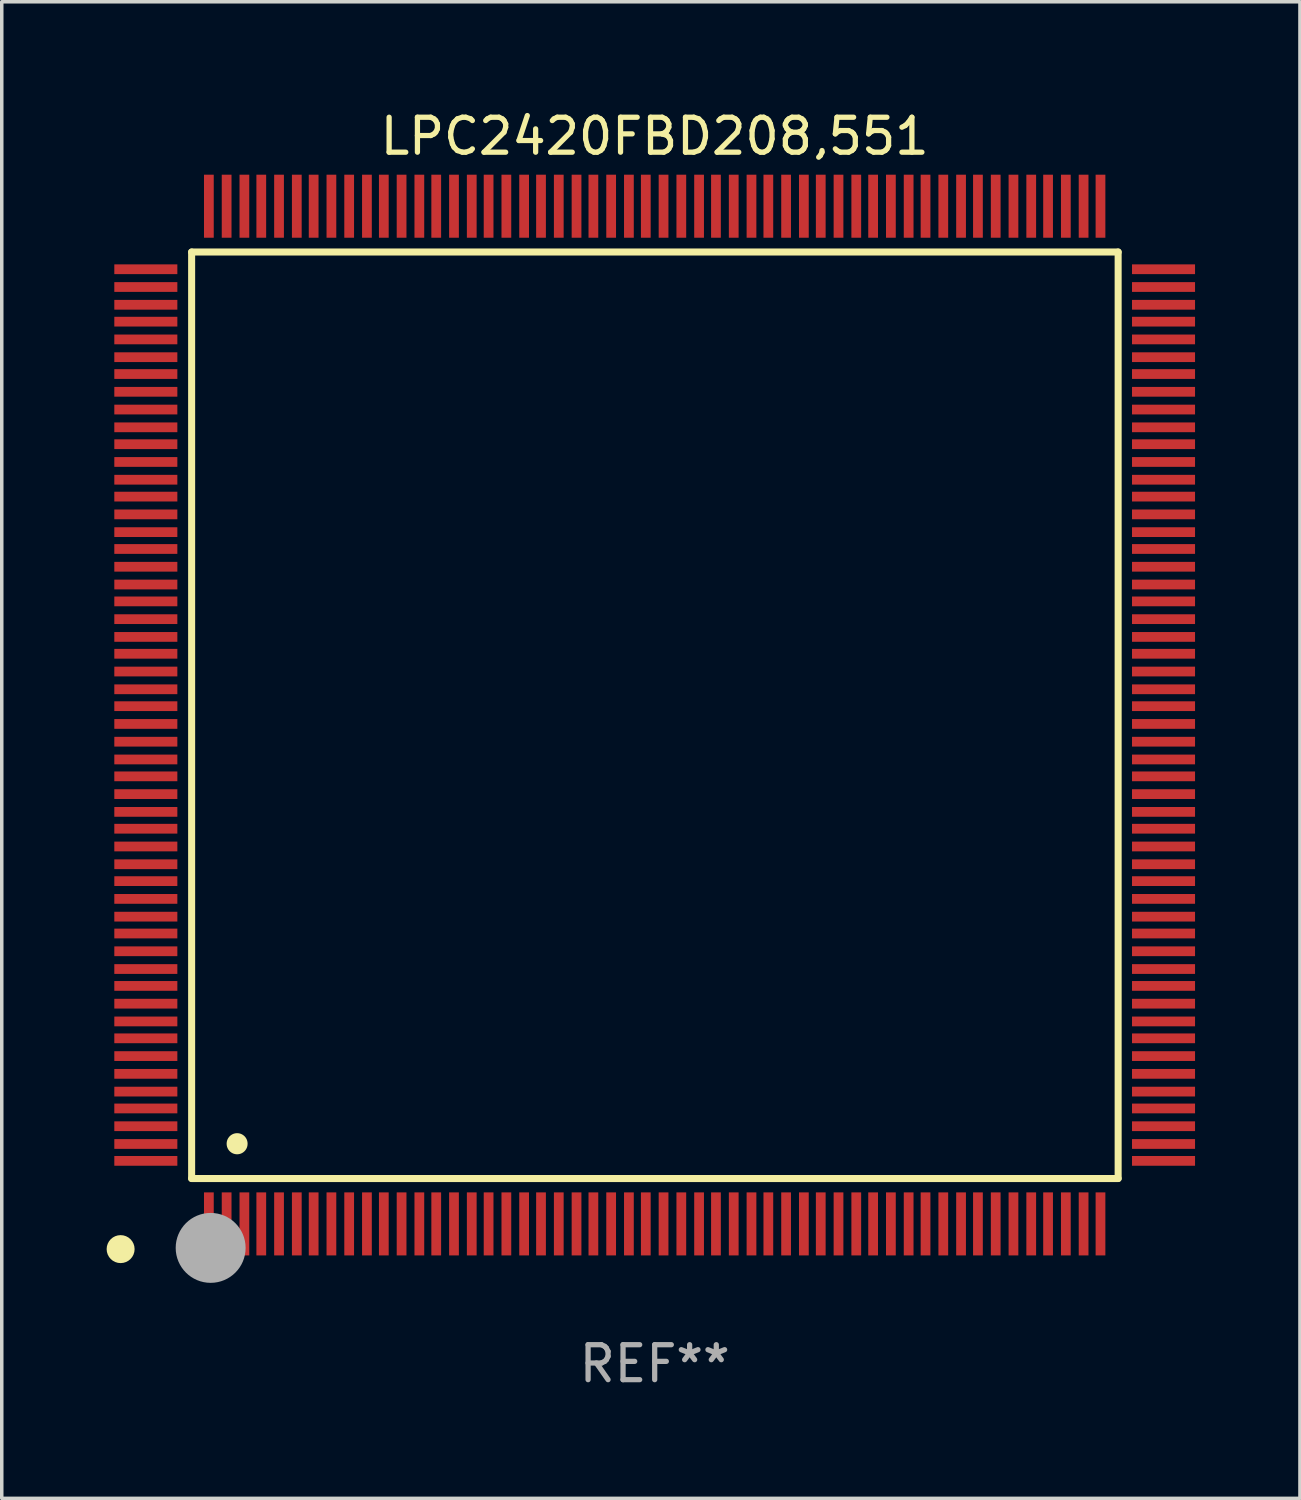
<source format=kicad_pcb>
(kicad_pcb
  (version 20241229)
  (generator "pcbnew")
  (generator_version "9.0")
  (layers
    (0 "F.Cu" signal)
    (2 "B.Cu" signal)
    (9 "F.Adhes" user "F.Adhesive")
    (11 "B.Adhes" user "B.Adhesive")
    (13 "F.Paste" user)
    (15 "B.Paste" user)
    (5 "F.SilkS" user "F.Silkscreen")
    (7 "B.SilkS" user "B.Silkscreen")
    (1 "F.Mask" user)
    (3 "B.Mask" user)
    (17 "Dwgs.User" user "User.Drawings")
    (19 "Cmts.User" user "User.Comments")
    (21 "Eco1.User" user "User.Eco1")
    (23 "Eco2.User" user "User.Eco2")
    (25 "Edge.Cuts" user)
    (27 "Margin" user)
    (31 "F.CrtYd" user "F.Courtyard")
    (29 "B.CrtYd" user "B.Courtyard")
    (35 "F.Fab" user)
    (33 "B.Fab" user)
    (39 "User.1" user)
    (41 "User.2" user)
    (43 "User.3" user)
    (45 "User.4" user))
  (footprint "LPC2420FBD208,551"
    (layer "F.Cu")
    (at 15.675 17.402)
    (property "Reference" "LPC2420FBD208,551" (at 0 -16.554 0) (layer "F.SilkS") (effects (font (size 1 1) (thickness 0.15))))
    (attr through_hole)
    (fp_line (start -13.244 -13.244) (end -13.244 13.256) (stroke (width 0.201) (type solid)) (layer "F.SilkS"))
    (fp_line (start -13.244 13.256) (end 13.256 13.256) (stroke (width 0.201) (type solid)) (layer "F.SilkS"))
    (fp_line (start 13.256 -13.244) (end -13.244 -13.244) (stroke (width 0.201) (type solid)) (layer "F.SilkS"))
    (fp_line (start 13.256 13.256) (end 13.256 -13.244) (stroke (width 0.201) (type solid)) (layer "F.SilkS"))
    (fp_arc (start -13.268987 14.90983) (mid -13.268992 14.90856) (end -13.268987 14.90729) (stroke (width 0.299721) (type solid)) (layer "F.SilkS"))
    (fp_arc (start -11.943104 12.263145) (mid -11.943115 12.260605) (end -11.943104 12.258065) (stroke (width 0.599441) (type solid)) (layer "F.SilkS"))
    (fp_circle (center -15.275 15.275) (end -15.075 15.275) (stroke (width 0.4) (type solid)) (fill no) (layer "F.SilkS"))
    (fp_circle (center -12.7 15.24) (end -12.2 15.24) (stroke (width 1) (type solid)) (fill no) (layer "F.Fab"))
    (fp_text user "REF**" (at 0 18.554 0) (layer "F.Fab") (effects (font (size 1 1) (thickness 0.15))))
    (pad "1" smd rect (at -12.751 14.554 180) (size 0.279 1.803) (layers "F.Cu" "F.Mask" "F.Paste"))
    (pad "2" smd rect (at -12.243 14.554 180) (size 0.279 1.803) (layers "F.Cu" "F.Mask" "F.Paste"))
    (pad "3" smd rect (at -11.735 14.554 180) (size 0.279 1.803) (layers "F.Cu" "F.Mask" "F.Paste"))
    (pad "4" smd rect (at -11.252 14.554 180) (size 0.279 1.803) (layers "F.Cu" "F.Mask" "F.Paste"))
    (pad "5" smd rect (at -10.744 14.554 180) (size 0.279 1.803) (layers "F.Cu" "F.Mask" "F.Paste"))
    (pad "6" smd rect (at -10.236 14.554 180) (size 0.279 1.803) (layers "F.Cu" "F.Mask" "F.Paste"))
    (pad "7" smd rect (at -9.754 14.554 180) (size 0.279 1.803) (layers "F.Cu" "F.Mask" "F.Paste"))
    (pad "8" smd rect (at -9.246 14.554 180) (size 0.279 1.803) (layers "F.Cu" "F.Mask" "F.Paste"))
    (pad "9" smd rect (at -8.738 14.554 180) (size 0.279 1.803) (layers "F.Cu" "F.Mask" "F.Paste"))
    (pad "10" smd rect (at -8.23 14.554 180) (size 0.279 1.803) (layers "F.Cu" "F.Mask" "F.Paste"))
    (pad "11" smd rect (at -7.747 14.554 180) (size 0.279 1.803) (layers "F.Cu" "F.Mask" "F.Paste"))
    (pad "12" smd rect (at -7.239 14.554 180) (size 0.279 1.803) (layers "F.Cu" "F.Mask" "F.Paste"))
    (pad "13" smd rect (at -6.731 14.554 180) (size 0.279 1.803) (layers "F.Cu" "F.Mask" "F.Paste"))
    (pad "14" smd rect (at -6.248 14.554 180) (size 0.279 1.803) (layers "F.Cu" "F.Mask" "F.Paste"))
    (pad "15" smd rect (at -5.74 14.554 180) (size 0.279 1.803) (layers "F.Cu" "F.Mask" "F.Paste"))
    (pad "16" smd rect (at -5.232 14.554 180) (size 0.279 1.803) (layers "F.Cu" "F.Mask" "F.Paste"))
    (pad "17" smd rect (at -4.75 14.554 180) (size 0.279 1.803) (layers "F.Cu" "F.Mask" "F.Paste"))
    (pad "18" smd rect (at -4.242 14.554 180) (size 0.279 1.803) (layers "F.Cu" "F.Mask" "F.Paste"))
    (pad "19" smd rect (at -3.734 14.554 180) (size 0.279 1.803) (layers "F.Cu" "F.Mask" "F.Paste"))
    (pad "20" smd rect (at -3.251 14.554 180) (size 0.279 1.803) (layers "F.Cu" "F.Mask" "F.Paste"))
    (pad "21" smd rect (at -2.743 14.554 180) (size 0.279 1.803) (layers "F.Cu" "F.Mask" "F.Paste"))
    (pad "22" smd rect (at -2.235 14.554 180) (size 0.279 1.803) (layers "F.Cu" "F.Mask" "F.Paste"))
    (pad "23" smd rect (at -1.753 14.554 180) (size 0.279 1.803) (layers "F.Cu" "F.Mask" "F.Paste"))
    (pad "24" smd rect (at -1.245 14.554 180) (size 0.279 1.803) (layers "F.Cu" "F.Mask" "F.Paste"))
    (pad "25" smd rect (at -0.737 14.554 180) (size 0.279 1.803) (layers "F.Cu" "F.Mask" "F.Paste"))
    (pad "26" smd rect (at -0.254 14.554 180) (size 0.279 1.803) (layers "F.Cu" "F.Mask" "F.Paste"))
    (pad "27" smd rect (at 0.254 14.554 180) (size 0.279 1.803) (layers "F.Cu" "F.Mask" "F.Paste"))
    (pad "28" smd rect (at 0.762 14.554 180) (size 0.279 1.803) (layers "F.Cu" "F.Mask" "F.Paste"))
    (pad "29" smd rect (at 1.27 14.554 180) (size 0.279 1.803) (layers "F.Cu" "F.Mask" "F.Paste"))
    (pad "30" smd rect (at 1.753 14.554 180) (size 0.279 1.803) (layers "F.Cu" "F.Mask" "F.Paste"))
    (pad "31" smd rect (at 2.261 14.554 180) (size 0.279 1.803) (layers "F.Cu" "F.Mask" "F.Paste"))
    (pad "32" smd rect (at 2.769 14.554 180) (size 0.279 1.803) (layers "F.Cu" "F.Mask" "F.Paste"))
    (pad "33" smd rect (at 3.251 14.554 180) (size 0.279 1.803) (layers "F.Cu" "F.Mask" "F.Paste"))
    (pad "34" smd rect (at 3.759 14.554 180) (size 0.279 1.803) (layers "F.Cu" "F.Mask" "F.Paste"))
    (pad "35" smd rect (at 4.267 14.554 180) (size 0.279 1.803) (layers "F.Cu" "F.Mask" "F.Paste"))
    (pad "36" smd rect (at 4.75 14.554 180) (size 0.279 1.803) (layers "F.Cu" "F.Mask" "F.Paste"))
    (pad "37" smd rect (at 5.258 14.554 180) (size 0.279 1.803) (layers "F.Cu" "F.Mask" "F.Paste"))
    (pad "38" smd rect (at 5.766 14.554 180) (size 0.279 1.803) (layers "F.Cu" "F.Mask" "F.Paste"))
    (pad "39" smd rect (at 6.248 14.554 180) (size 0.279 1.803) (layers "F.Cu" "F.Mask" "F.Paste"))
    (pad "40" smd rect (at 6.756 14.554 180) (size 0.279 1.803) (layers "F.Cu" "F.Mask" "F.Paste"))
    (pad "41" smd rect (at 7.264 14.554 180) (size 0.279 1.803) (layers "F.Cu" "F.Mask" "F.Paste"))
    (pad "42" smd rect (at 7.747 14.554 180) (size 0.279 1.803) (layers "F.Cu" "F.Mask" "F.Paste"))
    (pad "43" smd rect (at 8.255 14.554 180) (size 0.279 1.803) (layers "F.Cu" "F.Mask" "F.Paste"))
    (pad "44" smd rect (at 8.763 14.554 180) (size 0.279 1.803) (layers "F.Cu" "F.Mask" "F.Paste"))
    (pad "45" smd rect (at 9.246 14.554 180) (size 0.279 1.803) (layers "F.Cu" "F.Mask" "F.Paste"))
    (pad "46" smd rect (at 9.754 14.554 180) (size 0.279 1.803) (layers "F.Cu" "F.Mask" "F.Paste"))
    (pad "47" smd rect (at 10.262 14.554 180) (size 0.279 1.803) (layers "F.Cu" "F.Mask" "F.Paste"))
    (pad "48" smd rect (at 10.77 14.554 180) (size 0.279 1.803) (layers "F.Cu" "F.Mask" "F.Paste"))
    (pad "49" smd rect (at 11.252 14.554 180) (size 0.279 1.803) (layers "F.Cu" "F.Mask" "F.Paste"))
    (pad "50" smd rect (at 11.76 14.554 180) (size 0.279 1.803) (layers "F.Cu" "F.Mask" "F.Paste"))
    (pad "51" smd rect (at 12.268 14.554 180) (size 0.279 1.803) (layers "F.Cu" "F.Mask" "F.Paste"))
    (pad "52" smd rect (at 12.751 14.554 180) (size 0.279 1.803) (layers "F.Cu" "F.Mask" "F.Paste"))
    (pad "53" smd rect (at 14.554 12.751 90) (size 0.279 1.803) (layers "F.Cu" "F.Mask" "F.Paste"))
    (pad "54" smd rect (at 14.554 12.268 90) (size 0.279 1.803) (layers "F.Cu" "F.Mask" "F.Paste"))
    (pad "55" smd rect (at 14.554 11.76 90) (size 0.279 1.803) (layers "F.Cu" "F.Mask" "F.Paste"))
    (pad "56" smd rect (at 14.554 11.252 90) (size 0.279 1.803) (layers "F.Cu" "F.Mask" "F.Paste"))
    (pad "57" smd rect (at 14.554 10.77 90) (size 0.279 1.803) (layers "F.Cu" "F.Mask" "F.Paste"))
    (pad "58" smd rect (at 14.554 10.262 90) (size 0.279 1.803) (layers "F.Cu" "F.Mask" "F.Paste"))
    (pad "59" smd rect (at 14.554 9.754 90) (size 0.279 1.803) (layers "F.Cu" "F.Mask" "F.Paste"))
    (pad "60" smd rect (at 14.554 9.246 90) (size 0.279 1.803) (layers "F.Cu" "F.Mask" "F.Paste"))
    (pad "61" smd rect (at 14.554 8.763 90) (size 0.279 1.803) (layers "F.Cu" "F.Mask" "F.Paste"))
    (pad "62" smd rect (at 14.554 8.255 90) (size 0.279 1.803) (layers "F.Cu" "F.Mask" "F.Paste"))
    (pad "63" smd rect (at 14.554 7.747 90) (size 0.279 1.803) (layers "F.Cu" "F.Mask" "F.Paste"))
    (pad "64" smd rect (at 14.554 7.264 90) (size 0.279 1.803) (layers "F.Cu" "F.Mask" "F.Paste"))
    (pad "65" smd rect (at 14.554 6.756 90) (size 0.279 1.803) (layers "F.Cu" "F.Mask" "F.Paste"))
    (pad "66" smd rect (at 14.554 6.248 90) (size 0.279 1.803) (layers "F.Cu" "F.Mask" "F.Paste"))
    (pad "67" smd rect (at 14.554 5.766 90) (size 0.279 1.803) (layers "F.Cu" "F.Mask" "F.Paste"))
    (pad "68" smd rect (at 14.554 5.258 90) (size 0.279 1.803) (layers "F.Cu" "F.Mask" "F.Paste"))
    (pad "69" smd rect (at 14.554 4.75 90) (size 0.279 1.803) (layers "F.Cu" "F.Mask" "F.Paste"))
    (pad "70" smd rect (at 14.554 4.267 90) (size 0.279 1.803) (layers "F.Cu" "F.Mask" "F.Paste"))
    (pad "71" smd rect (at 14.554 3.759 90) (size 0.279 1.803) (layers "F.Cu" "F.Mask" "F.Paste"))
    (pad "72" smd rect (at 14.554 3.251 90) (size 0.279 1.803) (layers "F.Cu" "F.Mask" "F.Paste"))
    (pad "73" smd rect (at 14.554 2.769 90) (size 0.279 1.803) (layers "F.Cu" "F.Mask" "F.Paste"))
    (pad "74" smd rect (at 14.554 2.261 90) (size 0.279 1.803) (layers "F.Cu" "F.Mask" "F.Paste"))
    (pad "75" smd rect (at 14.554 1.753 90) (size 0.279 1.803) (layers "F.Cu" "F.Mask" "F.Paste"))
    (pad "76" smd rect (at 14.554 1.27 90) (size 0.279 1.803) (layers "F.Cu" "F.Mask" "F.Paste"))
    (pad "77" smd rect (at 14.554 0.762 90) (size 0.279 1.803) (layers "F.Cu" "F.Mask" "F.Paste"))
    (pad "78" smd rect (at 14.554 0.254 90) (size 0.279 1.803) (layers "F.Cu" "F.Mask" "F.Paste"))
    (pad "79" smd rect (at 14.554 -0.254 90) (size 0.279 1.803) (layers "F.Cu" "F.Mask" "F.Paste"))
    (pad "80" smd rect (at 14.554 -0.737 90) (size 0.279 1.803) (layers "F.Cu" "F.Mask" "F.Paste"))
    (pad "81" smd rect (at 14.554 -1.245 90) (size 0.279 1.803) (layers "F.Cu" "F.Mask" "F.Paste"))
    (pad "82" smd rect (at 14.554 -1.753 90) (size 0.279 1.803) (layers "F.Cu" "F.Mask" "F.Paste"))
    (pad "83" smd rect (at 14.554 -2.235 90) (size 0.279 1.803) (layers "F.Cu" "F.Mask" "F.Paste"))
    (pad "84" smd rect (at 14.554 -2.743 90) (size 0.279 1.803) (layers "F.Cu" "F.Mask" "F.Paste"))
    (pad "85" smd rect (at 14.554 -3.251 90) (size 0.279 1.803) (layers "F.Cu" "F.Mask" "F.Paste"))
    (pad "86" smd rect (at 14.554 -3.734 90) (size 0.279 1.803) (layers "F.Cu" "F.Mask" "F.Paste"))
    (pad "87" smd rect (at 14.554 -4.242 90) (size 0.279 1.803) (layers "F.Cu" "F.Mask" "F.Paste"))
    (pad "88" smd rect (at 14.554 -4.75 90) (size 0.279 1.803) (layers "F.Cu" "F.Mask" "F.Paste"))
    (pad "89" smd rect (at 14.554 -5.232 90) (size 0.279 1.803) (layers "F.Cu" "F.Mask" "F.Paste"))
    (pad "90" smd rect (at 14.554 -5.74 90) (size 0.279 1.803) (layers "F.Cu" "F.Mask" "F.Paste"))
    (pad "91" smd rect (at 14.554 -6.248 90) (size 0.279 1.803) (layers "F.Cu" "F.Mask" "F.Paste"))
    (pad "92" smd rect (at 14.554 -6.731 90) (size 0.279 1.803) (layers "F.Cu" "F.Mask" "F.Paste"))
    (pad "93" smd rect (at 14.554 -7.239 90) (size 0.279 1.803) (layers "F.Cu" "F.Mask" "F.Paste"))
    (pad "94" smd rect (at 14.554 -7.747 90) (size 0.279 1.803) (layers "F.Cu" "F.Mask" "F.Paste"))
    (pad "95" smd rect (at 14.554 -8.23 90) (size 0.279 1.803) (layers "F.Cu" "F.Mask" "F.Paste"))
    (pad "96" smd rect (at 14.554 -8.738 90) (size 0.279 1.803) (layers "F.Cu" "F.Mask" "F.Paste"))
    (pad "97" smd rect (at 14.554 -9.246 90) (size 0.279 1.803) (layers "F.Cu" "F.Mask" "F.Paste"))
    (pad "98" smd rect (at 14.554 -9.754 90) (size 0.279 1.803) (layers "F.Cu" "F.Mask" "F.Paste"))
    (pad "99" smd rect (at 14.554 -10.236 90) (size 0.279 1.803) (layers "F.Cu" "F.Mask" "F.Paste"))
    (pad "100" smd rect (at 14.554 -10.744 90) (size 0.279 1.803) (layers "F.Cu" "F.Mask" "F.Paste"))
    (pad "101" smd rect (at 14.554 -11.252 90) (size 0.279 1.803) (layers "F.Cu" "F.Mask" "F.Paste"))
    (pad "102" smd rect (at 14.554 -11.735 90) (size 0.279 1.803) (layers "F.Cu" "F.Mask" "F.Paste"))
    (pad "103" smd rect (at 14.554 -12.243 90) (size 0.279 1.803) (layers "F.Cu" "F.Mask" "F.Paste"))
    (pad "104" smd rect (at 14.554 -12.751 90) (size 0.279 1.803) (layers "F.Cu" "F.Mask" "F.Paste"))
    (pad "105" smd rect (at 12.751 -14.554 180) (size 0.279 1.803) (layers "F.Cu" "F.Mask" "F.Paste"))
    (pad "106" smd rect (at 12.268 -14.554 180) (size 0.279 1.803) (layers "F.Cu" "F.Mask" "F.Paste"))
    (pad "107" smd rect (at 11.76 -14.554 180) (size 0.279 1.803) (layers "F.Cu" "F.Mask" "F.Paste"))
    (pad "108" smd rect (at 11.252 -14.554 180) (size 0.279 1.803) (layers "F.Cu" "F.Mask" "F.Paste"))
    (pad "109" smd rect (at 10.77 -14.554 180) (size 0.279 1.803) (layers "F.Cu" "F.Mask" "F.Paste"))
    (pad "110" smd rect (at 10.262 -14.554 180) (size 0.279 1.803) (layers "F.Cu" "F.Mask" "F.Paste"))
    (pad "111" smd rect (at 9.754 -14.554 180) (size 0.279 1.803) (layers "F.Cu" "F.Mask" "F.Paste"))
    (pad "112" smd rect (at 9.246 -14.554 180) (size 0.279 1.803) (layers "F.Cu" "F.Mask" "F.Paste"))
    (pad "113" smd rect (at 8.763 -14.554 180) (size 0.279 1.803) (layers "F.Cu" "F.Mask" "F.Paste"))
    (pad "114" smd rect (at 8.255 -14.554 180) (size 0.279 1.803) (layers "F.Cu" "F.Mask" "F.Paste"))
    (pad "115" smd rect (at 7.747 -14.554 180) (size 0.279 1.803) (layers "F.Cu" "F.Mask" "F.Paste"))
    (pad "116" smd rect (at 7.264 -14.554 180) (size 0.279 1.803) (layers "F.Cu" "F.Mask" "F.Paste"))
    (pad "117" smd rect (at 6.756 -14.554 180) (size 0.279 1.803) (layers "F.Cu" "F.Mask" "F.Paste"))
    (pad "118" smd rect (at 6.248 -14.554 180) (size 0.279 1.803) (layers "F.Cu" "F.Mask" "F.Paste"))
    (pad "119" smd rect (at 5.766 -14.554 180) (size 0.279 1.803) (layers "F.Cu" "F.Mask" "F.Paste"))
    (pad "120" smd rect (at 5.258 -14.554 180) (size 0.279 1.803) (layers "F.Cu" "F.Mask" "F.Paste"))
    (pad "121" smd rect (at 4.75 -14.554 180) (size 0.279 1.803) (layers "F.Cu" "F.Mask" "F.Paste"))
    (pad "122" smd rect (at 4.267 -14.554 180) (size 0.279 1.803) (layers "F.Cu" "F.Mask" "F.Paste"))
    (pad "123" smd rect (at 3.759 -14.554 180) (size 0.279 1.803) (layers "F.Cu" "F.Mask" "F.Paste"))
    (pad "124" smd rect (at 3.251 -14.554 180) (size 0.279 1.803) (layers "F.Cu" "F.Mask" "F.Paste"))
    (pad "125" smd rect (at 2.769 -14.554 180) (size 0.279 1.803) (layers "F.Cu" "F.Mask" "F.Paste"))
    (pad "126" smd rect (at 2.261 -14.554 180) (size 0.279 1.803) (layers "F.Cu" "F.Mask" "F.Paste"))
    (pad "127" smd rect (at 1.753 -14.554 180) (size 0.279 1.803) (layers "F.Cu" "F.Mask" "F.Paste"))
    (pad "128" smd rect (at 1.27 -14.554 180) (size 0.279 1.803) (layers "F.Cu" "F.Mask" "F.Paste"))
    (pad "129" smd rect (at 0.762 -14.554 180) (size 0.279 1.803) (layers "F.Cu" "F.Mask" "F.Paste"))
    (pad "130" smd rect (at 0.254 -14.554 180) (size 0.279 1.803) (layers "F.Cu" "F.Mask" "F.Paste"))
    (pad "131" smd rect (at -0.254 -14.554 180) (size 0.279 1.803) (layers "F.Cu" "F.Mask" "F.Paste"))
    (pad "132" smd rect (at -0.737 -14.554 180) (size 0.279 1.803) (layers "F.Cu" "F.Mask" "F.Paste"))
    (pad "133" smd rect (at -1.245 -14.554 180) (size 0.279 1.803) (layers "F.Cu" "F.Mask" "F.Paste"))
    (pad "134" smd rect (at -1.753 -14.554 180) (size 0.279 1.803) (layers "F.Cu" "F.Mask" "F.Paste"))
    (pad "135" smd rect (at -2.235 -14.554 180) (size 0.279 1.803) (layers "F.Cu" "F.Mask" "F.Paste"))
    (pad "136" smd rect (at -2.743 -14.554 180) (size 0.279 1.803) (layers "F.Cu" "F.Mask" "F.Paste"))
    (pad "137" smd rect (at -3.251 -14.554 180) (size 0.279 1.803) (layers "F.Cu" "F.Mask" "F.Paste"))
    (pad "138" smd rect (at -3.734 -14.554 180) (size 0.279 1.803) (layers "F.Cu" "F.Mask" "F.Paste"))
    (pad "139" smd rect (at -4.242 -14.554 180) (size 0.279 1.803) (layers "F.Cu" "F.Mask" "F.Paste"))
    (pad "140" smd rect (at -4.75 -14.554 180) (size 0.279 1.803) (layers "F.Cu" "F.Mask" "F.Paste"))
    (pad "141" smd rect (at -5.232 -14.554 180) (size 0.279 1.803) (layers "F.Cu" "F.Mask" "F.Paste"))
    (pad "142" smd rect (at -5.74 -14.554 180) (size 0.279 1.803) (layers "F.Cu" "F.Mask" "F.Paste"))
    (pad "143" smd rect (at -6.248 -14.554 180) (size 0.279 1.803) (layers "F.Cu" "F.Mask" "F.Paste"))
    (pad "144" smd rect (at -6.731 -14.554 180) (size 0.279 1.803) (layers "F.Cu" "F.Mask" "F.Paste"))
    (pad "145" smd rect (at -7.239 -14.554 180) (size 0.279 1.803) (layers "F.Cu" "F.Mask" "F.Paste"))
    (pad "146" smd rect (at -7.747 -14.554 180) (size 0.279 1.803) (layers "F.Cu" "F.Mask" "F.Paste"))
    (pad "147" smd rect (at -8.23 -14.554 180) (size 0.279 1.803) (layers "F.Cu" "F.Mask" "F.Paste"))
    (pad "148" smd rect (at -8.738 -14.554 180) (size 0.279 1.803) (layers "F.Cu" "F.Mask" "F.Paste"))
    (pad "149" smd rect (at -9.246 -14.554 180) (size 0.279 1.803) (layers "F.Cu" "F.Mask" "F.Paste"))
    (pad "150" smd rect (at -9.754 -14.554 180) (size 0.279 1.803) (layers "F.Cu" "F.Mask" "F.Paste"))
    (pad "151" smd rect (at -10.236 -14.554 180) (size 0.279 1.803) (layers "F.Cu" "F.Mask" "F.Paste"))
    (pad "152" smd rect (at -10.744 -14.554 180) (size 0.279 1.803) (layers "F.Cu" "F.Mask" "F.Paste"))
    (pad "153" smd rect (at -11.252 -14.554 180) (size 0.279 1.803) (layers "F.Cu" "F.Mask" "F.Paste"))
    (pad "154" smd rect (at -11.735 -14.554 180) (size 0.279 1.803) (layers "F.Cu" "F.Mask" "F.Paste"))
    (pad "155" smd rect (at -12.243 -14.554 180) (size 0.279 1.803) (layers "F.Cu" "F.Mask" "F.Paste"))
    (pad "156" smd rect (at -12.751 -14.554 180) (size 0.279 1.803) (layers "F.Cu" "F.Mask" "F.Paste"))
    (pad "157" smd rect (at -14.554 -12.751 90) (size 0.279 1.803) (layers "F.Cu" "F.Mask" "F.Paste"))
    (pad "158" smd rect (at -14.554 -12.243 90) (size 0.279 1.803) (layers "F.Cu" "F.Mask" "F.Paste"))
    (pad "159" smd rect (at -14.554 -11.735 90) (size 0.279 1.803) (layers "F.Cu" "F.Mask" "F.Paste"))
    (pad "160" smd rect (at -14.554 -11.252 90) (size 0.279 1.803) (layers "F.Cu" "F.Mask" "F.Paste"))
    (pad "161" smd rect (at -14.554 -10.744 90) (size 0.279 1.803) (layers "F.Cu" "F.Mask" "F.Paste"))
    (pad "162" smd rect (at -14.554 -10.236 90) (size 0.279 1.803) (layers "F.Cu" "F.Mask" "F.Paste"))
    (pad "163" smd rect (at -14.554 -9.754 90) (size 0.279 1.803) (layers "F.Cu" "F.Mask" "F.Paste"))
    (pad "164" smd rect (at -14.554 -9.246 90) (size 0.279 1.803) (layers "F.Cu" "F.Mask" "F.Paste"))
    (pad "165" smd rect (at -14.554 -8.738 90) (size 0.279 1.803) (layers "F.Cu" "F.Mask" "F.Paste"))
    (pad "166" smd rect (at -14.554 -8.23 90) (size 0.279 1.803) (layers "F.Cu" "F.Mask" "F.Paste"))
    (pad "167" smd rect (at -14.554 -7.747 90) (size 0.279 1.803) (layers "F.Cu" "F.Mask" "F.Paste"))
    (pad "168" smd rect (at -14.554 -7.239 90) (size 0.279 1.803) (layers "F.Cu" "F.Mask" "F.Paste"))
    (pad "169" smd rect (at -14.554 -6.731 90) (size 0.279 1.803) (layers "F.Cu" "F.Mask" "F.Paste"))
    (pad "170" smd rect (at -14.554 -6.248 90) (size 0.279 1.803) (layers "F.Cu" "F.Mask" "F.Paste"))
    (pad "171" smd rect (at -14.554 -5.74 90) (size 0.279 1.803) (layers "F.Cu" "F.Mask" "F.Paste"))
    (pad "172" smd rect (at -14.554 -5.232 90) (size 0.279 1.803) (layers "F.Cu" "F.Mask" "F.Paste"))
    (pad "173" smd rect (at -14.554 -4.75 90) (size 0.279 1.803) (layers "F.Cu" "F.Mask" "F.Paste"))
    (pad "174" smd rect (at -14.554 -4.242 90) (size 0.279 1.803) (layers "F.Cu" "F.Mask" "F.Paste"))
    (pad "175" smd rect (at -14.554 -3.734 90) (size 0.279 1.803) (layers "F.Cu" "F.Mask" "F.Paste"))
    (pad "176" smd rect (at -14.554 -3.251 90) (size 0.279 1.803) (layers "F.Cu" "F.Mask" "F.Paste"))
    (pad "177" smd rect (at -14.554 -2.743 90) (size 0.279 1.803) (layers "F.Cu" "F.Mask" "F.Paste"))
    (pad "178" smd rect (at -14.554 -2.235 90) (size 0.279 1.803) (layers "F.Cu" "F.Mask" "F.Paste"))
    (pad "179" smd rect (at -14.554 -1.753 90) (size 0.279 1.803) (layers "F.Cu" "F.Mask" "F.Paste"))
    (pad "180" smd rect (at -14.554 -1.245 90) (size 0.279 1.803) (layers "F.Cu" "F.Mask" "F.Paste"))
    (pad "181" smd rect (at -14.554 -0.737 90) (size 0.279 1.803) (layers "F.Cu" "F.Mask" "F.Paste"))
    (pad "182" smd rect (at -14.554 -0.254 90) (size 0.279 1.803) (layers "F.Cu" "F.Mask" "F.Paste"))
    (pad "183" smd rect (at -14.554 0.254 90) (size 0.279 1.803) (layers "F.Cu" "F.Mask" "F.Paste"))
    (pad "184" smd rect (at -14.554 0.762 90) (size 0.279 1.803) (layers "F.Cu" "F.Mask" "F.Paste"))
    (pad "185" smd rect (at -14.554 1.27 90) (size 0.279 1.803) (layers "F.Cu" "F.Mask" "F.Paste"))
    (pad "186" smd rect (at -14.554 1.753 90) (size 0.279 1.803) (layers "F.Cu" "F.Mask" "F.Paste"))
    (pad "187" smd rect (at -14.554 2.261 90) (size 0.279 1.803) (layers "F.Cu" "F.Mask" "F.Paste"))
    (pad "188" smd rect (at -14.554 2.769 90) (size 0.279 1.803) (layers "F.Cu" "F.Mask" "F.Paste"))
    (pad "189" smd rect (at -14.554 3.251 90) (size 0.279 1.803) (layers "F.Cu" "F.Mask" "F.Paste"))
    (pad "190" smd rect (at -14.554 3.759 90) (size 0.279 1.803) (layers "F.Cu" "F.Mask" "F.Paste"))
    (pad "191" smd rect (at -14.554 4.267 90) (size 0.279 1.803) (layers "F.Cu" "F.Mask" "F.Paste"))
    (pad "192" smd rect (at -14.554 4.75 90) (size 0.279 1.803) (layers "F.Cu" "F.Mask" "F.Paste"))
    (pad "193" smd rect (at -14.554 5.258 90) (size 0.279 1.803) (layers "F.Cu" "F.Mask" "F.Paste"))
    (pad "194" smd rect (at -14.554 5.766 90) (size 0.279 1.803) (layers "F.Cu" "F.Mask" "F.Paste"))
    (pad "195" smd rect (at -14.554 6.248 90) (size 0.279 1.803) (layers "F.Cu" "F.Mask" "F.Paste"))
    (pad "196" smd rect (at -14.554 6.756 90) (size 0.279 1.803) (layers "F.Cu" "F.Mask" "F.Paste"))
    (pad "197" smd rect (at -14.554 7.264 90) (size 0.279 1.803) (layers "F.Cu" "F.Mask" "F.Paste"))
    (pad "198" smd rect (at -14.554 7.747 90) (size 0.279 1.803) (layers "F.Cu" "F.Mask" "F.Paste"))
    (pad "199" smd rect (at -14.554 8.255 90) (size 0.279 1.803) (layers "F.Cu" "F.Mask" "F.Paste"))
    (pad "200" smd rect (at -14.554 8.763 90) (size 0.279 1.803) (layers "F.Cu" "F.Mask" "F.Paste"))
    (pad "201" smd rect (at -14.554 9.246 90) (size 0.279 1.803) (layers "F.Cu" "F.Mask" "F.Paste"))
    (pad "202" smd rect (at -14.554 9.754 90) (size 0.279 1.803) (layers "F.Cu" "F.Mask" "F.Paste"))
    (pad "203" smd rect (at -14.554 10.262 90) (size 0.279 1.803) (layers "F.Cu" "F.Mask" "F.Paste"))
    (pad "204" smd rect (at -14.554 10.77 90) (size 0.279 1.803) (layers "F.Cu" "F.Mask" "F.Paste"))
    (pad "205" smd rect (at -14.554 11.252 90) (size 0.279 1.803) (layers "F.Cu" "F.Mask" "F.Paste"))
    (pad "206" smd rect (at -14.554 11.76 90) (size 0.279 1.803) (layers "F.Cu" "F.Mask" "F.Paste"))
    (pad "207" smd rect (at -14.554 12.268 90) (size 0.279 1.803) (layers "F.Cu" "F.Mask" "F.Paste"))
    (pad "208" smd rect (at -14.554 12.751 90) (size 0.279 1.803) (layers "F.Cu" "F.Mask" "F.Paste")))
  (gr_rect
    (start -3 -3)
    (end 34.131 39.805)
    (stroke (width 0.1) (type default))
    (fill no)
    (layer "Edge.Cuts")))
</source>
